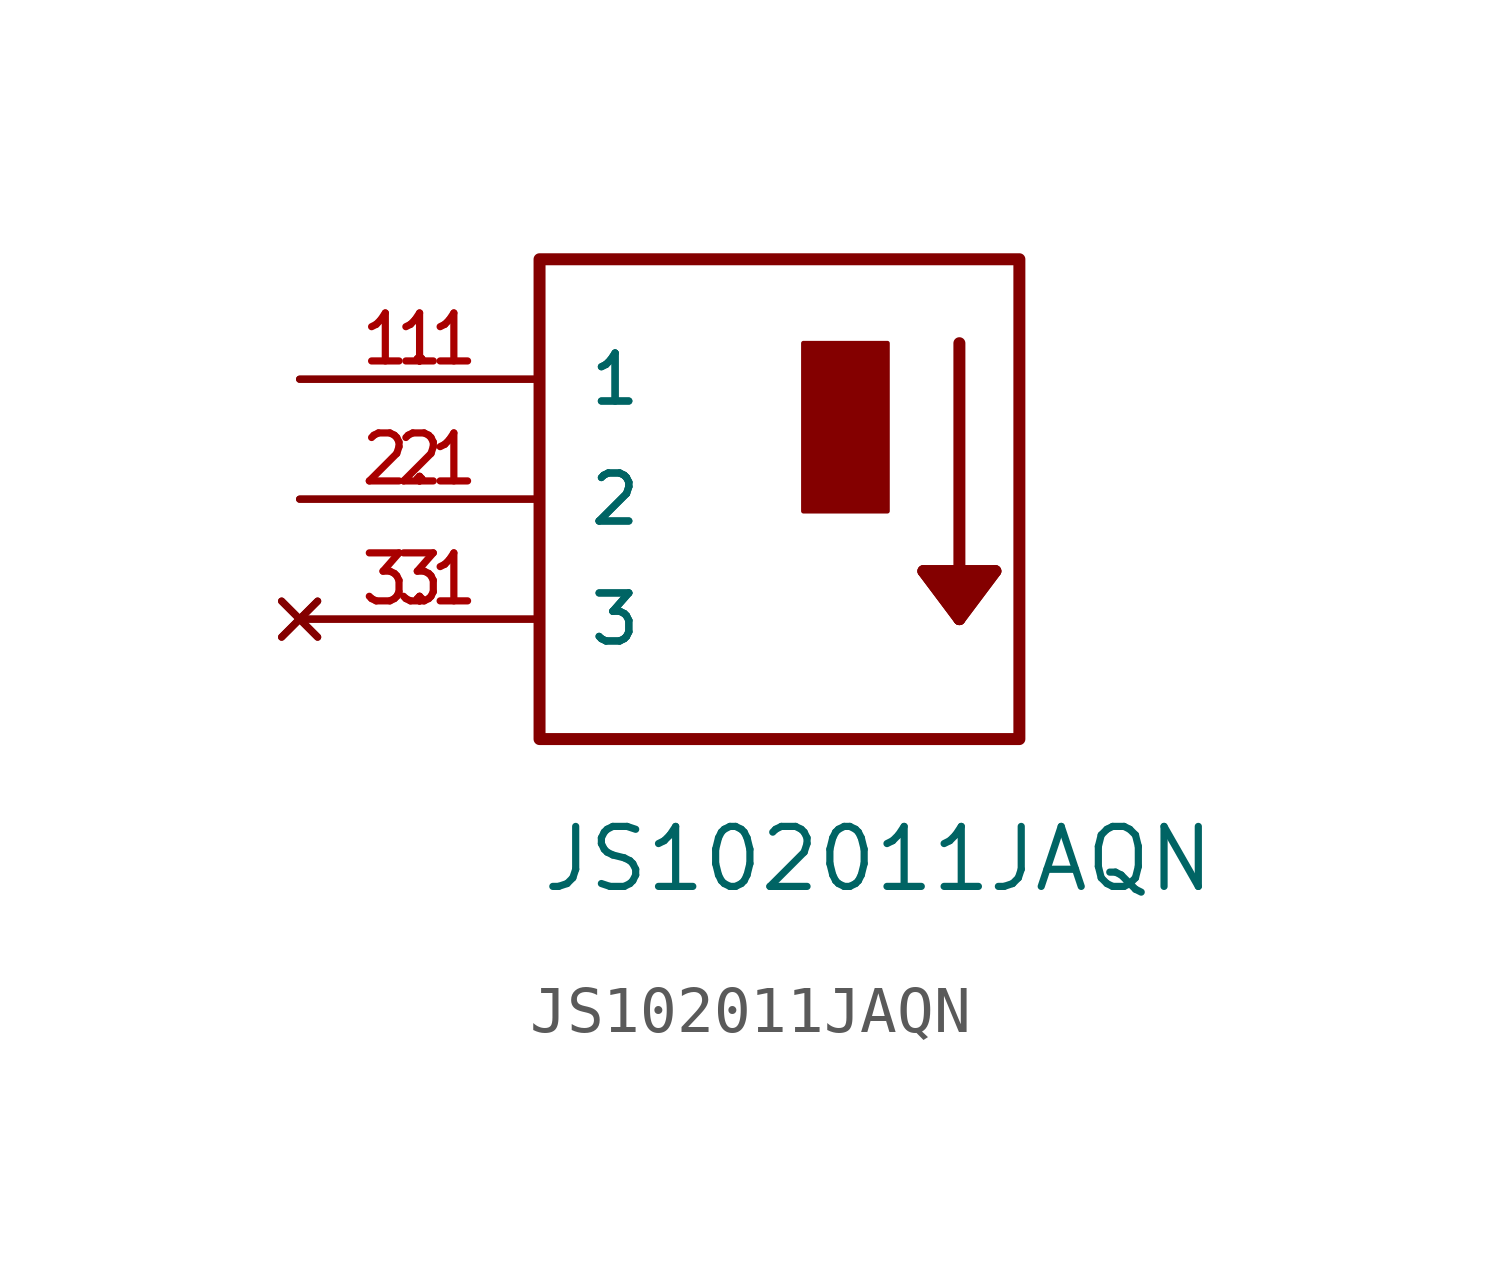
<source format=kicad_sym>
(kicad_symbol_lib
  (version 20241209)
  (generator "kicad_symbol_editor")
  (generator_version "9.0")
  (symbol "JS102011JAQN"
    (pin_names
      (offset 1.016))
    (property "Reference" "S2"
      (at -4.826 7.62 0)
      (effects (font (size 1.27 1.27)) (justify left) (hide yes)))
    (property "Value" "JS102011JAQN"
      (at -5.08 -7.62 0)
      (effects (font (size 1.27 1.27)) (justify left)))
    (symbol "JS102011JAQN_0_0"
      (rectangle (start 0.508 -0.254) (end 2.286 3.302) (stroke (width 0.1) (type default)) (fill (type outline)))
      (polyline (pts (xy 3.048 -1.524) (xy 4.572 -1.524)) (stroke (width 0.254) (type default)) (fill (type none)))
      (polyline (pts (xy 3.048 -1.524) (xy 4.572 -1.524) (xy 3.81 -2.54) (xy 3.048 -1.524)) (stroke (width 0.254) (type default)) (fill (type outline)))
      (polyline (pts (xy 3.556 -1.778) (xy 4.064 -1.778)) (stroke (width 0.254) (type default)) (fill (type none)))
      (polyline (pts (xy 3.81 3.302) (xy 3.81 -2.032)) (stroke (width 0.254) (type default)) (fill (type none)))
      (polyline (pts (xy 3.81 -2.032) (xy 3.556 -1.778)) (stroke (width 0.254) (type default)) (fill (type none)))
      (polyline (pts (xy 3.81 -2.54) (xy 3.048 -1.524)) (stroke (width 0.254) (type default)) (fill (type none)))
      (polyline (pts (xy 3.81 -2.54) (xy 3.81 -2.032)) (stroke (width 0.254) (type default)) (fill (type none)))
      (polyline (pts (xy 4.572 -1.524) (xy 3.81 -2.54)) (stroke (width 0.254) (type default)) (fill (type none))))
    (symbol "JS102011JAQN_1_0"
      (rectangle (start -5.08 5.08) (end 5.08 -5.08) (stroke (width 0.254) (type solid)) (fill (type color) (color 255 255 255 1)))
      (pin power_out line (at -10.16 2.54 0) (length 5.08) (name "1" (effects (font (size 1.016 1.016)))) (number "1" (effects (font (size 1.016 1.016)))))
      (pin power_out line (at -10.16 2.54 0) (length 5.08) (name "1" (effects (font (size 1.016 1.016)))) (number "1.1" (effects (font (size 1.016 1.016)))))
      (pin power_in line (at -10.16 0 0) (length 5.08) (name "2" (effects (font (size 1.016 1.016)))) (number "2" (effects (font (size 1.016 1.016)))))
      (pin power_in line (at -10.16 0 0) (length 5.08) (name "2" (effects (font (size 1.016 1.016)))) (number "2.1" (effects (font (size 1.016 1.016)))))
      (pin no_connect line (at -10.16 -2.54 0) (length 5.08) (name "3" (effects (font (size 1.016 1.016)))) (number "3" (effects (font (size 1.016 1.016)))))
      (pin no_connect line (at -10.16 -2.54 0) (length 5.08) (name "3" (effects (font (size 1.016 1.016)))) (number "3.1" (effects (font (size 1.016 1.016))))))))
</source>
